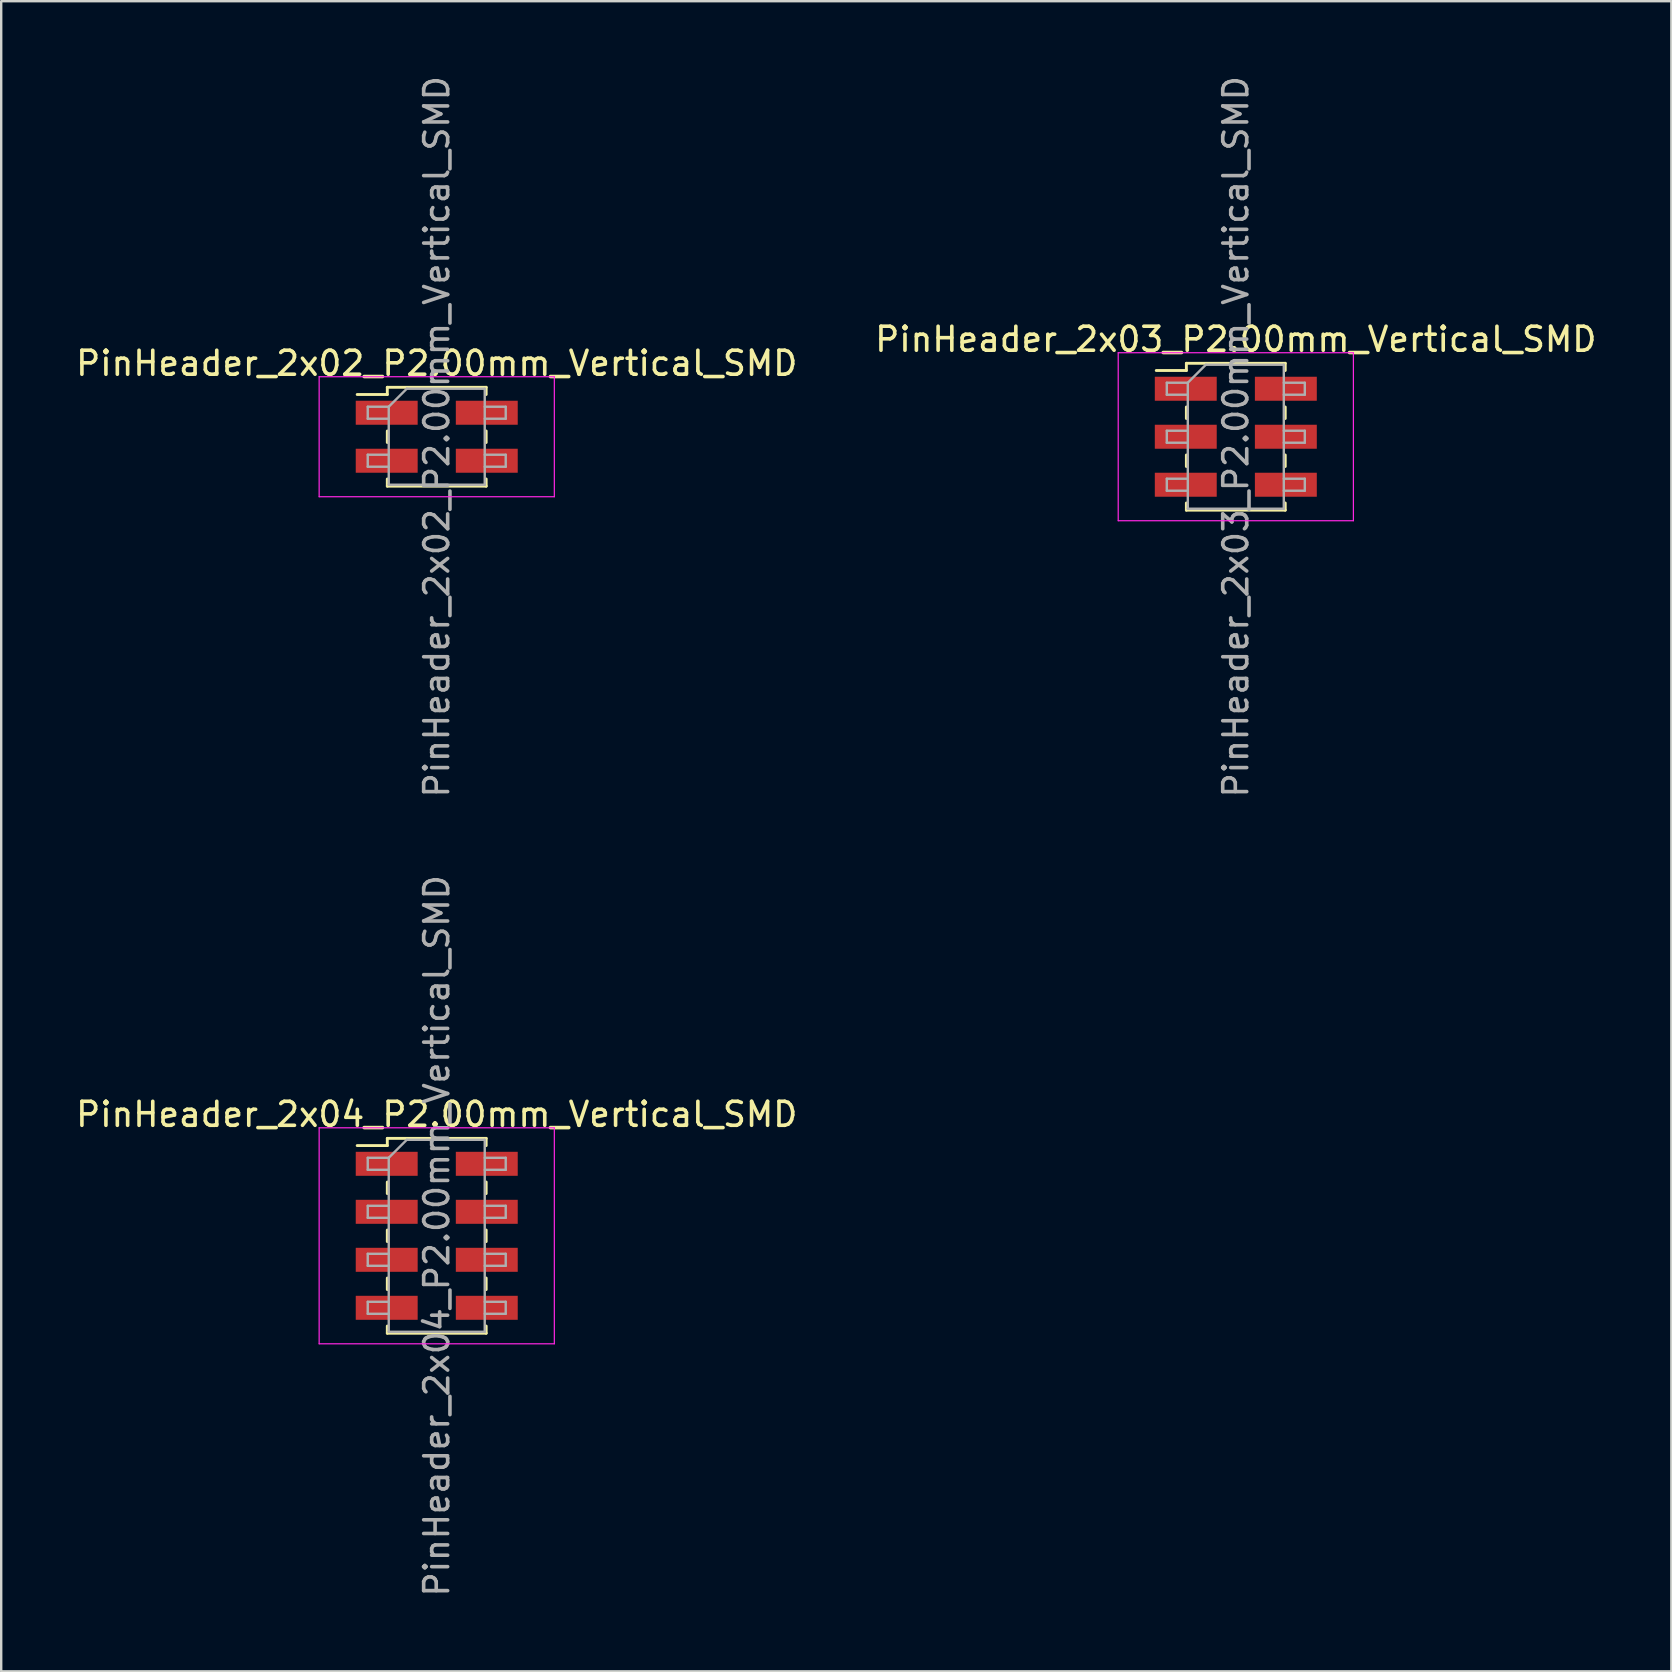
<source format=kicad_pcb>
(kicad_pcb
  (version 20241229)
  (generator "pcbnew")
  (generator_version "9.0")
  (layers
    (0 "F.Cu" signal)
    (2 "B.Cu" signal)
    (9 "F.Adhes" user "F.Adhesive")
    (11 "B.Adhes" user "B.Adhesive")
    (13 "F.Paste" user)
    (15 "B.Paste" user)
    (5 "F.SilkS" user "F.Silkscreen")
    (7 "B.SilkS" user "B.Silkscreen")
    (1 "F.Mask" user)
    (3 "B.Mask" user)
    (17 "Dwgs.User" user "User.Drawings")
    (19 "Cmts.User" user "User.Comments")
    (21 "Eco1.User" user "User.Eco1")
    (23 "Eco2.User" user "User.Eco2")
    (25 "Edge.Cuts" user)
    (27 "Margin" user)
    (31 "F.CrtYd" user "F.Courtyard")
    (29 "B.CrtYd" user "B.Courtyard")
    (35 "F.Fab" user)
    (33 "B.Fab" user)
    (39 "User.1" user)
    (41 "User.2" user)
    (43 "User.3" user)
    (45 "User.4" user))
  (footprint "PinHeader_2x03_P2.00mm_Vertical_SMD"
    (layer "F.Cu")
    (at 48.446 15.149)
    (property "Reference" "PinHeader_2x03_P2.00mm_Vertical_SMD" (at 0 -4.06 0) (layer "F.SilkS") (effects (font (size 1 1) (thickness 0.15))))
    (attr smd)
    (fp_line (start -3.315 -2.76) (end -2.06 -2.76) (stroke (width 0.12) (type solid)) (layer "F.SilkS"))
    (fp_line (start -2.06 -3.06) (end -2.06 -2.76) (stroke (width 0.12) (type solid)) (layer "F.SilkS"))
    (fp_line (start -2.06 -3.06) (end 2.06 -3.06) (stroke (width 0.12) (type solid)) (layer "F.SilkS"))
    (fp_line (start -2.06 -1.24) (end -2.06 -0.76) (stroke (width 0.12) (type solid)) (layer "F.SilkS"))
    (fp_line (start -2.06 0.76) (end -2.06 1.24) (stroke (width 0.12) (type solid)) (layer "F.SilkS"))
    (fp_line (start -2.06 2.76) (end -2.06 3.06) (stroke (width 0.12) (type solid)) (layer "F.SilkS"))
    (fp_line (start -2.06 3.06) (end 2.06 3.06) (stroke (width 0.12) (type solid)) (layer "F.SilkS"))
    (fp_line (start 2.06 -3.06) (end 2.06 -2.76) (stroke (width 0.12) (type solid)) (layer "F.SilkS"))
    (fp_line (start 2.06 -1.24) (end 2.06 -0.76) (stroke (width 0.12) (type solid)) (layer "F.SilkS"))
    (fp_line (start 2.06 0.76) (end 2.06 1.24) (stroke (width 0.12) (type solid)) (layer "F.SilkS"))
    (fp_line (start 2.06 2.76) (end 2.06 3.06) (stroke (width 0.12) (type solid)) (layer "F.SilkS"))
    (fp_line (start -4.9 -3.5) (end -4.9 3.5) (stroke (width 0.05) (type solid)) (layer "F.CrtYd"))
    (fp_line (start -4.9 3.5) (end 4.9 3.5) (stroke (width 0.05) (type solid)) (layer "F.CrtYd"))
    (fp_line (start 4.9 -3.5) (end -4.9 -3.5) (stroke (width 0.05) (type solid)) (layer "F.CrtYd"))
    (fp_line (start 4.9 3.5) (end 4.9 -3.5) (stroke (width 0.05) (type solid)) (layer "F.CrtYd"))
    (fp_line (start -2.875 -2.25) (end -2.875 -1.75) (stroke (width 0.1) (type solid)) (layer "F.Fab"))
    (fp_line (start -2.875 -1.75) (end -2 -1.75) (stroke (width 0.1) (type solid)) (layer "F.Fab"))
    (fp_line (start -2.875 -0.25) (end -2.875 0.25) (stroke (width 0.1) (type solid)) (layer "F.Fab"))
    (fp_line (start -2.875 0.25) (end -2 0.25) (stroke (width 0.1) (type solid)) (layer "F.Fab"))
    (fp_line (start -2.875 1.75) (end -2.875 2.25) (stroke (width 0.1) (type solid)) (layer "F.Fab"))
    (fp_line (start -2.875 2.25) (end -2 2.25) (stroke (width 0.1) (type solid)) (layer "F.Fab"))
    (fp_line (start -2 -2.25) (end -2.875 -2.25) (stroke (width 0.1) (type solid)) (layer "F.Fab"))
    (fp_line (start -2 -2.25) (end -1.25 -3) (stroke (width 0.1) (type solid)) (layer "F.Fab"))
    (fp_line (start -2 -0.25) (end -2.875 -0.25) (stroke (width 0.1) (type solid)) (layer "F.Fab"))
    (fp_line (start -2 1.75) (end -2.875 1.75) (stroke (width 0.1) (type solid)) (layer "F.Fab"))
    (fp_line (start -2 3) (end -2 -2.25) (stroke (width 0.1) (type solid)) (layer "F.Fab"))
    (fp_line (start -1.25 -3) (end 2 -3) (stroke (width 0.1) (type solid)) (layer "F.Fab"))
    (fp_line (start 2 -3) (end 2 3) (stroke (width 0.1) (type solid)) (layer "F.Fab"))
    (fp_line (start 2 -2.25) (end 2.875 -2.25) (stroke (width 0.1) (type solid)) (layer "F.Fab"))
    (fp_line (start 2 -0.25) (end 2.875 -0.25) (stroke (width 0.1) (type solid)) (layer "F.Fab"))
    (fp_line (start 2 1.75) (end 2.875 1.75) (stroke (width 0.1) (type solid)) (layer "F.Fab"))
    (fp_line (start 2 3) (end -2 3) (stroke (width 0.1) (type solid)) (layer "F.Fab"))
    (fp_line (start 2.875 -2.25) (end 2.875 -1.75) (stroke (width 0.1) (type solid)) (layer "F.Fab"))
    (fp_line (start 2.875 -1.75) (end 2 -1.75) (stroke (width 0.1) (type solid)) (layer "F.Fab"))
    (fp_line (start 2.875 -0.25) (end 2.875 0.25) (stroke (width 0.1) (type solid)) (layer "F.Fab"))
    (fp_line (start 2.875 0.25) (end 2 0.25) (stroke (width 0.1) (type solid)) (layer "F.Fab"))
    (fp_line (start 2.875 1.75) (end 2.875 2.25) (stroke (width 0.1) (type solid)) (layer "F.Fab"))
    (fp_line (start 2.875 2.25) (end 2 2.25) (stroke (width 0.1) (type solid)) (layer "F.Fab"))
    (fp_text user "${REFERENCE}" (at 0 0 90) (layer "F.Fab") (effects (font (size 1 1) (thickness 0.15))))
    (pad "1" smd rect (at -2.085 -2) (size 2.58 1) (layers "F.Cu" "F.Mask" "F.Paste"))
    (pad "2" smd rect (at 2.085 -2) (size 2.58 1) (layers "F.Cu" "F.Mask" "F.Paste"))
    (pad "3" smd rect (at -2.085 0) (size 2.58 1) (layers "F.Cu" "F.Mask" "F.Paste"))
    (pad "4" smd rect (at 2.085 0) (size 2.58 1) (layers "F.Cu" "F.Mask" "F.Paste"))
    (pad "5" smd rect (at -2.085 2) (size 2.58 1) (layers "F.Cu" "F.Mask" "F.Paste"))
    (pad "6" smd rect (at 2.085 2) (size 2.58 1) (layers "F.Cu" "F.Mask" "F.Paste")))
  (footprint "PinHeader_2x04_P2.00mm_Vertical_SMD"
    (layer "F.Cu")
    (at 15.149 48.446)
    (property "Reference" "PinHeader_2x04_P2.00mm_Vertical_SMD" (at 0 -5.06 0) (layer "F.SilkS") (effects (font (size 1 1) (thickness 0.15))))
    (attr smd)
    (fp_line (start -3.315 -3.76) (end -2.06 -3.76) (stroke (width 0.12) (type solid)) (layer "F.SilkS"))
    (fp_line (start -2.06 -4.06) (end -2.06 -3.76) (stroke (width 0.12) (type solid)) (layer "F.SilkS"))
    (fp_line (start -2.06 -4.06) (end 2.06 -4.06) (stroke (width 0.12) (type solid)) (layer "F.SilkS"))
    (fp_line (start -2.06 -2.24) (end -2.06 -1.76) (stroke (width 0.12) (type solid)) (layer "F.SilkS"))
    (fp_line (start -2.06 -0.24) (end -2.06 0.24) (stroke (width 0.12) (type solid)) (layer "F.SilkS"))
    (fp_line (start -2.06 1.76) (end -2.06 2.24) (stroke (width 0.12) (type solid)) (layer "F.SilkS"))
    (fp_line (start -2.06 3.76) (end -2.06 4.06) (stroke (width 0.12) (type solid)) (layer "F.SilkS"))
    (fp_line (start -2.06 4.06) (end 2.06 4.06) (stroke (width 0.12) (type solid)) (layer "F.SilkS"))
    (fp_line (start 2.06 -4.06) (end 2.06 -3.76) (stroke (width 0.12) (type solid)) (layer "F.SilkS"))
    (fp_line (start 2.06 -2.24) (end 2.06 -1.76) (stroke (width 0.12) (type solid)) (layer "F.SilkS"))
    (fp_line (start 2.06 -0.24) (end 2.06 0.24) (stroke (width 0.12) (type solid)) (layer "F.SilkS"))
    (fp_line (start 2.06 1.76) (end 2.06 2.24) (stroke (width 0.12) (type solid)) (layer "F.SilkS"))
    (fp_line (start 2.06 3.76) (end 2.06 4.06) (stroke (width 0.12) (type solid)) (layer "F.SilkS"))
    (fp_line (start -4.9 -4.5) (end -4.9 4.5) (stroke (width 0.05) (type solid)) (layer "F.CrtYd"))
    (fp_line (start -4.9 4.5) (end 4.9 4.5) (stroke (width 0.05) (type solid)) (layer "F.CrtYd"))
    (fp_line (start 4.9 -4.5) (end -4.9 -4.5) (stroke (width 0.05) (type solid)) (layer "F.CrtYd"))
    (fp_line (start 4.9 4.5) (end 4.9 -4.5) (stroke (width 0.05) (type solid)) (layer "F.CrtYd"))
    (fp_line (start -2.875 -3.25) (end -2.875 -2.75) (stroke (width 0.1) (type solid)) (layer "F.Fab"))
    (fp_line (start -2.875 -2.75) (end -2 -2.75) (stroke (width 0.1) (type solid)) (layer "F.Fab"))
    (fp_line (start -2.875 -1.25) (end -2.875 -0.75) (stroke (width 0.1) (type solid)) (layer "F.Fab"))
    (fp_line (start -2.875 -0.75) (end -2 -0.75) (stroke (width 0.1) (type solid)) (layer "F.Fab"))
    (fp_line (start -2.875 0.75) (end -2.875 1.25) (stroke (width 0.1) (type solid)) (layer "F.Fab"))
    (fp_line (start -2.875 1.25) (end -2 1.25) (stroke (width 0.1) (type solid)) (layer "F.Fab"))
    (fp_line (start -2.875 2.75) (end -2.875 3.25) (stroke (width 0.1) (type solid)) (layer "F.Fab"))
    (fp_line (start -2.875 3.25) (end -2 3.25) (stroke (width 0.1) (type solid)) (layer "F.Fab"))
    (fp_line (start -2 -3.25) (end -2.875 -3.25) (stroke (width 0.1) (type solid)) (layer "F.Fab"))
    (fp_line (start -2 -3.25) (end -1.25 -4) (stroke (width 0.1) (type solid)) (layer "F.Fab"))
    (fp_line (start -2 -1.25) (end -2.875 -1.25) (stroke (width 0.1) (type solid)) (layer "F.Fab"))
    (fp_line (start -2 0.75) (end -2.875 0.75) (stroke (width 0.1) (type solid)) (layer "F.Fab"))
    (fp_line (start -2 2.75) (end -2.875 2.75) (stroke (width 0.1) (type solid)) (layer "F.Fab"))
    (fp_line (start -2 4) (end -2 -3.25) (stroke (width 0.1) (type solid)) (layer "F.Fab"))
    (fp_line (start -1.25 -4) (end 2 -4) (stroke (width 0.1) (type solid)) (layer "F.Fab"))
    (fp_line (start 2 -4) (end 2 4) (stroke (width 0.1) (type solid)) (layer "F.Fab"))
    (fp_line (start 2 -3.25) (end 2.875 -3.25) (stroke (width 0.1) (type solid)) (layer "F.Fab"))
    (fp_line (start 2 -1.25) (end 2.875 -1.25) (stroke (width 0.1) (type solid)) (layer "F.Fab"))
    (fp_line (start 2 0.75) (end 2.875 0.75) (stroke (width 0.1) (type solid)) (layer "F.Fab"))
    (fp_line (start 2 2.75) (end 2.875 2.75) (stroke (width 0.1) (type solid)) (layer "F.Fab"))
    (fp_line (start 2 4) (end -2 4) (stroke (width 0.1) (type solid)) (layer "F.Fab"))
    (fp_line (start 2.875 -3.25) (end 2.875 -2.75) (stroke (width 0.1) (type solid)) (layer "F.Fab"))
    (fp_line (start 2.875 -2.75) (end 2 -2.75) (stroke (width 0.1) (type solid)) (layer "F.Fab"))
    (fp_line (start 2.875 -1.25) (end 2.875 -0.75) (stroke (width 0.1) (type solid)) (layer "F.Fab"))
    (fp_line (start 2.875 -0.75) (end 2 -0.75) (stroke (width 0.1) (type solid)) (layer "F.Fab"))
    (fp_line (start 2.875 0.75) (end 2.875 1.25) (stroke (width 0.1) (type solid)) (layer "F.Fab"))
    (fp_line (start 2.875 1.25) (end 2 1.25) (stroke (width 0.1) (type solid)) (layer "F.Fab"))
    (fp_line (start 2.875 2.75) (end 2.875 3.25) (stroke (width 0.1) (type solid)) (layer "F.Fab"))
    (fp_line (start 2.875 3.25) (end 2 3.25) (stroke (width 0.1) (type solid)) (layer "F.Fab"))
    (fp_text user "${REFERENCE}" (at 0 0 90) (layer "F.Fab") (effects (font (size 1 1) (thickness 0.15))))
    (pad "1" smd rect (at -2.085 -3) (size 2.58 1) (layers "F.Cu" "F.Mask" "F.Paste"))
    (pad "2" smd rect (at 2.085 -3) (size 2.58 1) (layers "F.Cu" "F.Mask" "F.Paste"))
    (pad "3" smd rect (at -2.085 -1) (size 2.58 1) (layers "F.Cu" "F.Mask" "F.Paste"))
    (pad "4" smd rect (at 2.085 -1) (size 2.58 1) (layers "F.Cu" "F.Mask" "F.Paste"))
    (pad "5" smd rect (at -2.085 1) (size 2.58 1) (layers "F.Cu" "F.Mask" "F.Paste"))
    (pad "6" smd rect (at 2.085 1) (size 2.58 1) (layers "F.Cu" "F.Mask" "F.Paste"))
    (pad "7" smd rect (at -2.085 3) (size 2.58 1) (layers "F.Cu" "F.Mask" "F.Paste"))
    (pad "8" smd rect (at 2.085 3) (size 2.58 1) (layers "F.Cu" "F.Mask" "F.Paste")))
  (footprint "PinHeader_2x02_P2.00mm_Vertical_SMD"
    (layer "F.Cu")
    (at 15.149 15.149)
    (property "Reference" "PinHeader_2x02_P2.00mm_Vertical_SMD" (at 0 -3.06 0) (layer "F.SilkS") (effects (font (size 1 1) (thickness 0.15))))
    (attr smd)
    (fp_line (start -3.315 -1.76) (end -2.06 -1.76) (stroke (width 0.12) (type solid)) (layer "F.SilkS"))
    (fp_line (start -2.06 -2.06) (end -2.06 -1.76) (stroke (width 0.12) (type solid)) (layer "F.SilkS"))
    (fp_line (start -2.06 -2.06) (end 2.06 -2.06) (stroke (width 0.12) (type solid)) (layer "F.SilkS"))
    (fp_line (start -2.06 -0.24) (end -2.06 0.24) (stroke (width 0.12) (type solid)) (layer "F.SilkS"))
    (fp_line (start -2.06 1.76) (end -2.06 2.06) (stroke (width 0.12) (type solid)) (layer "F.SilkS"))
    (fp_line (start -2.06 2.06) (end 2.06 2.06) (stroke (width 0.12) (type solid)) (layer "F.SilkS"))
    (fp_line (start 2.06 -2.06) (end 2.06 -1.76) (stroke (width 0.12) (type solid)) (layer "F.SilkS"))
    (fp_line (start 2.06 -0.24) (end 2.06 0.24) (stroke (width 0.12) (type solid)) (layer "F.SilkS"))
    (fp_line (start 2.06 1.76) (end 2.06 2.06) (stroke (width 0.12) (type solid)) (layer "F.SilkS"))
    (fp_line (start -4.9 -2.5) (end -4.9 2.5) (stroke (width 0.05) (type solid)) (layer "F.CrtYd"))
    (fp_line (start -4.9 2.5) (end 4.9 2.5) (stroke (width 0.05) (type solid)) (layer "F.CrtYd"))
    (fp_line (start 4.9 -2.5) (end -4.9 -2.5) (stroke (width 0.05) (type solid)) (layer "F.CrtYd"))
    (fp_line (start 4.9 2.5) (end 4.9 -2.5) (stroke (width 0.05) (type solid)) (layer "F.CrtYd"))
    (fp_line (start -2.875 -1.25) (end -2.875 -0.75) (stroke (width 0.1) (type solid)) (layer "F.Fab"))
    (fp_line (start -2.875 -0.75) (end -2 -0.75) (stroke (width 0.1) (type solid)) (layer "F.Fab"))
    (fp_line (start -2.875 0.75) (end -2.875 1.25) (stroke (width 0.1) (type solid)) (layer "F.Fab"))
    (fp_line (start -2.875 1.25) (end -2 1.25) (stroke (width 0.1) (type solid)) (layer "F.Fab"))
    (fp_line (start -2 -1.25) (end -2.875 -1.25) (stroke (width 0.1) (type solid)) (layer "F.Fab"))
    (fp_line (start -2 -1.25) (end -1.25 -2) (stroke (width 0.1) (type solid)) (layer "F.Fab"))
    (fp_line (start -2 0.75) (end -2.875 0.75) (stroke (width 0.1) (type solid)) (layer "F.Fab"))
    (fp_line (start -2 2) (end -2 -1.25) (stroke (width 0.1) (type solid)) (layer "F.Fab"))
    (fp_line (start -1.25 -2) (end 2 -2) (stroke (width 0.1) (type solid)) (layer "F.Fab"))
    (fp_line (start 2 -2) (end 2 2) (stroke (width 0.1) (type solid)) (layer "F.Fab"))
    (fp_line (start 2 -1.25) (end 2.875 -1.25) (stroke (width 0.1) (type solid)) (layer "F.Fab"))
    (fp_line (start 2 0.75) (end 2.875 0.75) (stroke (width 0.1) (type solid)) (layer "F.Fab"))
    (fp_line (start 2 2) (end -2 2) (stroke (width 0.1) (type solid)) (layer "F.Fab"))
    (fp_line (start 2.875 -1.25) (end 2.875 -0.75) (stroke (width 0.1) (type solid)) (layer "F.Fab"))
    (fp_line (start 2.875 -0.75) (end 2 -0.75) (stroke (width 0.1) (type solid)) (layer "F.Fab"))
    (fp_line (start 2.875 0.75) (end 2.875 1.25) (stroke (width 0.1) (type solid)) (layer "F.Fab"))
    (fp_line (start 2.875 1.25) (end 2 1.25) (stroke (width 0.1) (type solid)) (layer "F.Fab"))
    (fp_text user "${REFERENCE}" (at 0 0 90) (layer "F.Fab") (effects (font (size 1 1) (thickness 0.15))))
    (pad "1" smd rect (at -2.085 -1) (size 2.58 1) (layers "F.Cu" "F.Mask" "F.Paste"))
    (pad "2" smd rect (at 2.085 -1) (size 2.58 1) (layers "F.Cu" "F.Mask" "F.Paste"))
    (pad "3" smd rect (at -2.085 1) (size 2.58 1) (layers "F.Cu" "F.Mask" "F.Paste"))
    (pad "4" smd rect (at 2.085 1) (size 2.58 1) (layers "F.Cu" "F.Mask" "F.Paste")))
  (gr_rect
    (start -3 -3)
    (end 66.595 66.595)
    (stroke (width 0.1) (type default))
    (fill no)
    (layer "Edge.Cuts")))
</source>
